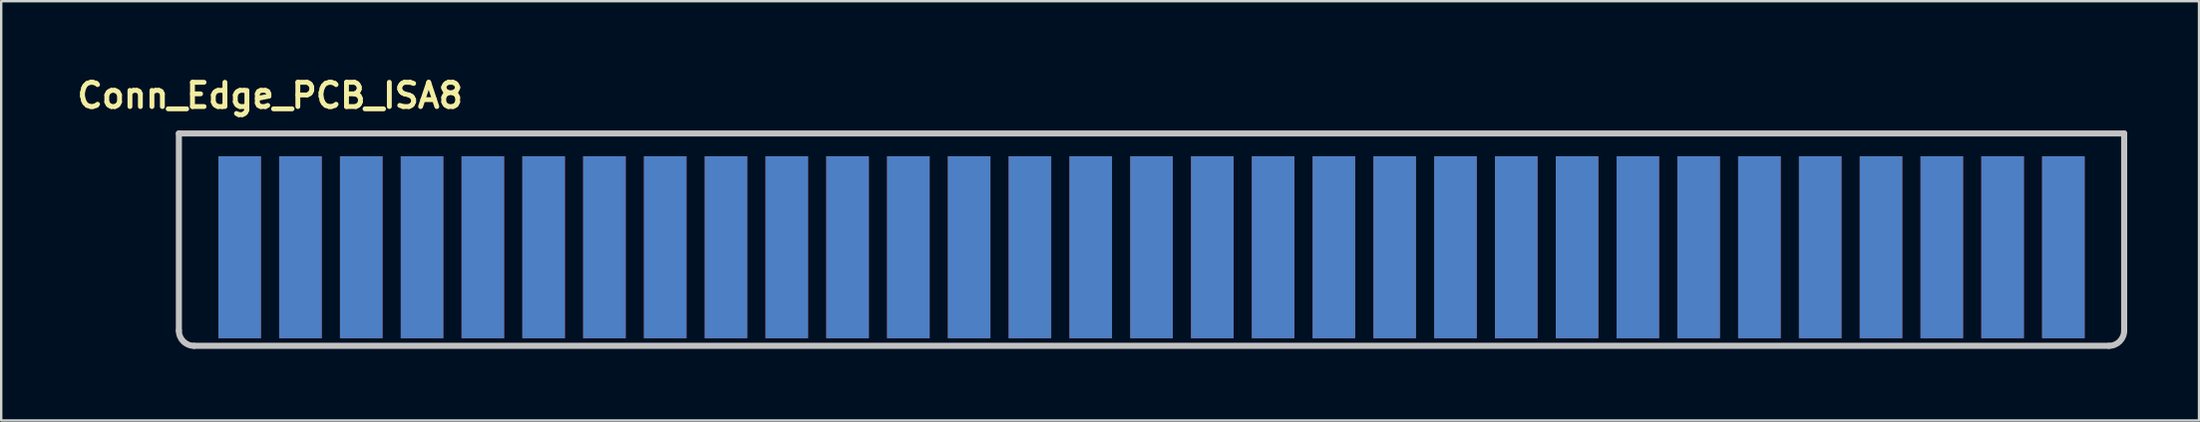
<source format=kicad_pcb>
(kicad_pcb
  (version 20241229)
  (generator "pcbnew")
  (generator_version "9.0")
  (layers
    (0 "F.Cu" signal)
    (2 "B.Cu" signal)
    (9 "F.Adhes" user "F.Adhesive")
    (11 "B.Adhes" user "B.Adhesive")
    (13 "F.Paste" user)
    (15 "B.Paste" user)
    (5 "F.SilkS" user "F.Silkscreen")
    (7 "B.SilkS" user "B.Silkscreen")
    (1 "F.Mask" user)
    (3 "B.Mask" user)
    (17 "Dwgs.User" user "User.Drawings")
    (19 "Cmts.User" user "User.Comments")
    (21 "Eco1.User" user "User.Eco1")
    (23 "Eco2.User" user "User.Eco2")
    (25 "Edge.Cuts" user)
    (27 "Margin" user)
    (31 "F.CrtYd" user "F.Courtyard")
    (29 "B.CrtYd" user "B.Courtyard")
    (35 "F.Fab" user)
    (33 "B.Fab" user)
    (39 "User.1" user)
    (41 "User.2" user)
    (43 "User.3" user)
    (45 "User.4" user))
  (footprint "Conn_Edge_PCB_ISA8"
    (layer "F.Cu")
    (at 45.064 7.301)
    (property "Reference" "Conn_Edge_PCB_ISA8" (at -36.83 -6.35 0) (layer "F.SilkS") (effects (font (size 1.016 1.016) (thickness 0.203))))
    (attr through_hole)
    (fp_line (start -40.64 3.493) (end -40.64 -4.763) (stroke (width 0.254) (type solid)) (layer "Dwgs.User"))
    (fp_line (start 40.005 4.128) (end -40.005 4.128) (stroke (width 0.254) (type solid)) (layer "Dwgs.User"))
    (fp_line (start 40.64 -4.763) (end -40.64 -4.763) (stroke (width 0.254) (type solid)) (layer "Dwgs.User"))
    (fp_line (start 40.64 3.493) (end 40.64 -4.763) (stroke (width 0.254) (type solid)) (layer "Dwgs.User"))
    (fp_arc (start -40.005 4.1275) (mid -40.454013 3.941513) (end -40.64 3.4925) (stroke (width 0.254) (type solid)) (layer "Dwgs.User"))
    (fp_arc (start 40.64 3.4925) (mid 40.454013 3.941513) (end 40.005 4.1275) (stroke (width 0.254) (type solid)) (layer "Dwgs.User"))
    (pad "1" connect rect (at 38.1 0) (size 1.778 7.62) (layers "B.Cu" "B.Mask"))
    (pad "2" connect rect (at 35.56 0) (size 1.778 7.62) (layers "B.Cu" "B.Mask"))
    (pad "3" connect rect (at 33.02 0) (size 1.778 7.62) (layers "B.Cu" "B.Mask"))
    (pad "4" connect rect (at 30.48 0) (size 1.778 7.62) (layers "B.Cu" "B.Mask"))
    (pad "5" connect rect (at 27.94 0) (size 1.778 7.62) (layers "B.Cu" "B.Mask"))
    (pad "6" connect rect (at 25.4 0) (size 1.778 7.62) (layers "B.Cu" "B.Mask"))
    (pad "7" connect rect (at 22.86 0) (size 1.778 7.62) (layers "B.Cu" "B.Mask"))
    (pad "8" connect rect (at 20.32 0) (size 1.778 7.62) (layers "B.Cu" "B.Mask"))
    (pad "9" connect rect (at 17.78 0) (size 1.778 7.62) (layers "B.Cu" "B.Mask"))
    (pad "10" connect rect (at 15.24 0) (size 1.778 7.62) (layers "B.Cu" "B.Mask"))
    (pad "11" connect rect (at 12.7 0) (size 1.778 7.62) (layers "B.Cu" "B.Mask"))
    (pad "12" connect rect (at 10.16 0) (size 1.778 7.62) (layers "B.Cu" "B.Mask"))
    (pad "13" connect rect (at 7.62 0) (size 1.778 7.62) (layers "B.Cu" "B.Mask"))
    (pad "14" connect rect (at 5.08 0) (size 1.778 7.62) (layers "B.Cu" "B.Mask"))
    (pad "15" connect rect (at 2.54 0) (size 1.778 7.62) (layers "B.Cu" "B.Mask"))
    (pad "16" connect rect (at 0 0) (size 1.778 7.62) (layers "B.Cu" "B.Mask"))
    (pad "17" connect rect (at -2.54 0) (size 1.778 7.62) (layers "B.Cu" "B.Mask"))
    (pad "18" connect rect (at -5.08 0) (size 1.778 7.62) (layers "B.Cu" "B.Mask"))
    (pad "19" connect rect (at -7.62 0) (size 1.778 7.62) (layers "B.Cu" "B.Mask"))
    (pad "20" connect rect (at -10.16 0) (size 1.778 7.62) (layers "B.Cu" "B.Mask"))
    (pad "21" connect rect (at -12.7 0) (size 1.778 7.62) (layers "B.Cu" "B.Mask"))
    (pad "22" connect rect (at -15.24 0) (size 1.778 7.62) (layers "B.Cu" "B.Mask"))
    (pad "23" connect rect (at -17.78 0) (size 1.778 7.62) (layers "B.Cu" "B.Mask"))
    (pad "24" connect rect (at -20.32 0) (size 1.778 7.62) (layers "B.Cu" "B.Mask"))
    (pad "25" connect rect (at -22.86 0) (size 1.778 7.62) (layers "B.Cu" "B.Mask"))
    (pad "26" connect rect (at -25.4 0) (size 1.778 7.62) (layers "B.Cu" "B.Mask"))
    (pad "27" connect rect (at -27.94 0) (size 1.778 7.62) (layers "B.Cu" "B.Mask"))
    (pad "28" connect rect (at -30.48 0) (size 1.778 7.62) (layers "B.Cu" "B.Mask"))
    (pad "29" connect rect (at -33.02 0) (size 1.778 7.62) (layers "B.Cu" "B.Mask"))
    (pad "30" connect rect (at -35.56 0) (size 1.778 7.62) (layers "B.Cu" "B.Mask"))
    (pad "31" connect rect (at -38.1 0) (size 1.778 7.62) (layers "B.Cu" "B.Mask"))
    (pad "32" connect rect (at 38.1 0) (size 1.778 7.62) (layers "F.Cu" "F.Mask"))
    (pad "33" connect rect (at 35.56 0) (size 1.778 7.62) (layers "F.Cu" "F.Mask"))
    (pad "34" connect rect (at 33.02 0) (size 1.778 7.62) (layers "F.Cu" "F.Mask"))
    (pad "35" connect rect (at 30.48 0) (size 1.778 7.62) (layers "F.Cu" "F.Mask"))
    (pad "36" connect rect (at 27.94 0) (size 1.778 7.62) (layers "F.Cu" "F.Mask"))
    (pad "37" connect rect (at 25.4 0) (size 1.778 7.62) (layers "F.Cu" "F.Mask"))
    (pad "38" connect rect (at 22.86 0) (size 1.778 7.62) (layers "F.Cu" "F.Mask"))
    (pad "39" connect rect (at 20.32 0) (size 1.778 7.62) (layers "F.Cu" "F.Mask"))
    (pad "40" connect rect (at 17.78 0) (size 1.778 7.62) (layers "F.Cu" "F.Mask"))
    (pad "41" connect rect (at 15.24 0) (size 1.778 7.62) (layers "F.Cu" "F.Mask"))
    (pad "42" connect rect (at 12.7 0) (size 1.778 7.62) (layers "F.Cu" "F.Mask"))
    (pad "43" connect rect (at 10.16 0) (size 1.778 7.62) (layers "F.Cu" "F.Mask"))
    (pad "44" connect rect (at 7.62 0) (size 1.778 7.62) (layers "F.Cu" "F.Mask"))
    (pad "45" connect rect (at 5.08 0) (size 1.778 7.62) (layers "F.Cu" "F.Mask"))
    (pad "46" connect rect (at 2.54 0) (size 1.778 7.62) (layers "F.Cu" "F.Mask"))
    (pad "47" connect rect (at 0 0) (size 1.778 7.62) (layers "F.Cu" "F.Mask"))
    (pad "48" connect rect (at -2.54 0) (size 1.778 7.62) (layers "F.Cu" "F.Mask"))
    (pad "49" connect rect (at -5.08 0) (size 1.778 7.62) (layers "F.Cu" "F.Mask"))
    (pad "50" connect rect (at -7.62 0) (size 1.778 7.62) (layers "F.Cu" "F.Mask"))
    (pad "51" connect rect (at -10.16 0) (size 1.778 7.62) (layers "F.Cu" "F.Mask"))
    (pad "52" connect rect (at -12.7 0) (size 1.778 7.62) (layers "F.Cu" "F.Mask"))
    (pad "53" connect rect (at -15.24 0) (size 1.778 7.62) (layers "F.Cu" "F.Mask"))
    (pad "54" connect rect (at -17.78 0) (size 1.778 7.62) (layers "F.Cu" "F.Mask"))
    (pad "55" connect rect (at -20.32 0) (size 1.778 7.62) (layers "F.Cu" "F.Mask"))
    (pad "56" connect rect (at -22.86 0) (size 1.778 7.62) (layers "F.Cu" "F.Mask"))
    (pad "57" connect rect (at -25.4 0) (size 1.778 7.62) (layers "F.Cu" "F.Mask"))
    (pad "58" connect rect (at -27.94 0) (size 1.778 7.62) (layers "F.Cu" "F.Mask"))
    (pad "59" connect rect (at -30.48 0) (size 1.778 7.62) (layers "F.Cu" "F.Mask"))
    (pad "60" connect rect (at -33.02 0) (size 1.778 7.62) (layers "F.Cu" "F.Mask"))
    (pad "61" connect rect (at -35.56 0) (size 1.778 7.62) (layers "F.Cu" "F.Mask"))
    (pad "62" connect rect (at -38.1 0) (size 1.778 7.62) (layers "F.Cu" "F.Mask")))
  (gr_rect
    (start -3 -3)
    (end 88.831 14.555)
    (stroke (width 0.1) (type default))
    (fill no)
    (layer "Edge.Cuts")))
</source>
